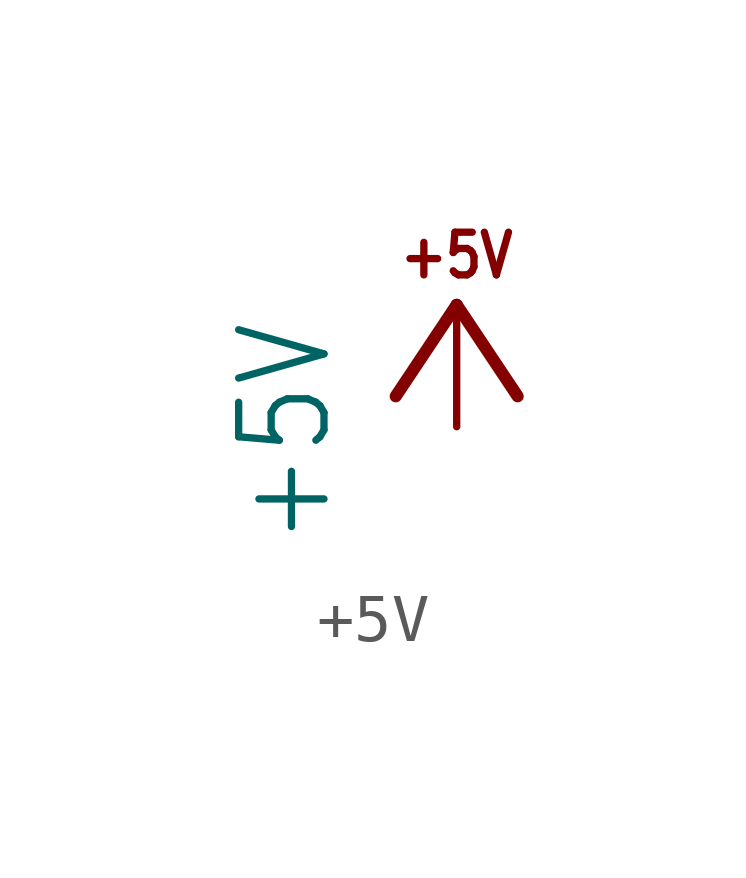
<source format=kicad_sym>
(kicad_symbol_lib
  (version 20211014)
  (generator kicad_symbol_editor)
  (symbol "+5V"
    (power)
    (property "Reference" "#P+"
      (at 0 0 0)
      (effects (font (size 1.27 1.27)) hide))
    (property "Value" "+5V"
      (at -2.54 -5.08 90)
      (effects (font (size 1.778 1.511)) (justify left bottom)))
    (property "ki_locked" ""
      (at 0 0 0)
      (effects (font (size 1.27 1.27))))
    (symbol "+5V_1_0"
      (polyline (pts (xy 0 0) (xy -1.27 -1.905)) (stroke (width 0.254) (type default) (color 0 0 0 0)) (fill (type none)))
      (polyline (pts (xy 1.27 -1.905) (xy 0 0)) (stroke (width 0.254) (type default) (color 0 0 0 0)) (fill (type none)))
      (text "+5V" (at 0 0.508 0) (effects (font (size 0.889 0.756)) (justify bottom)))
      (pin power_in line (at 0 -2.54 90) (length 2.54) (name "+5V" (effects (font (size 0 0)))) (number "1" (effects (font (size 0 0))))))))
</source>
